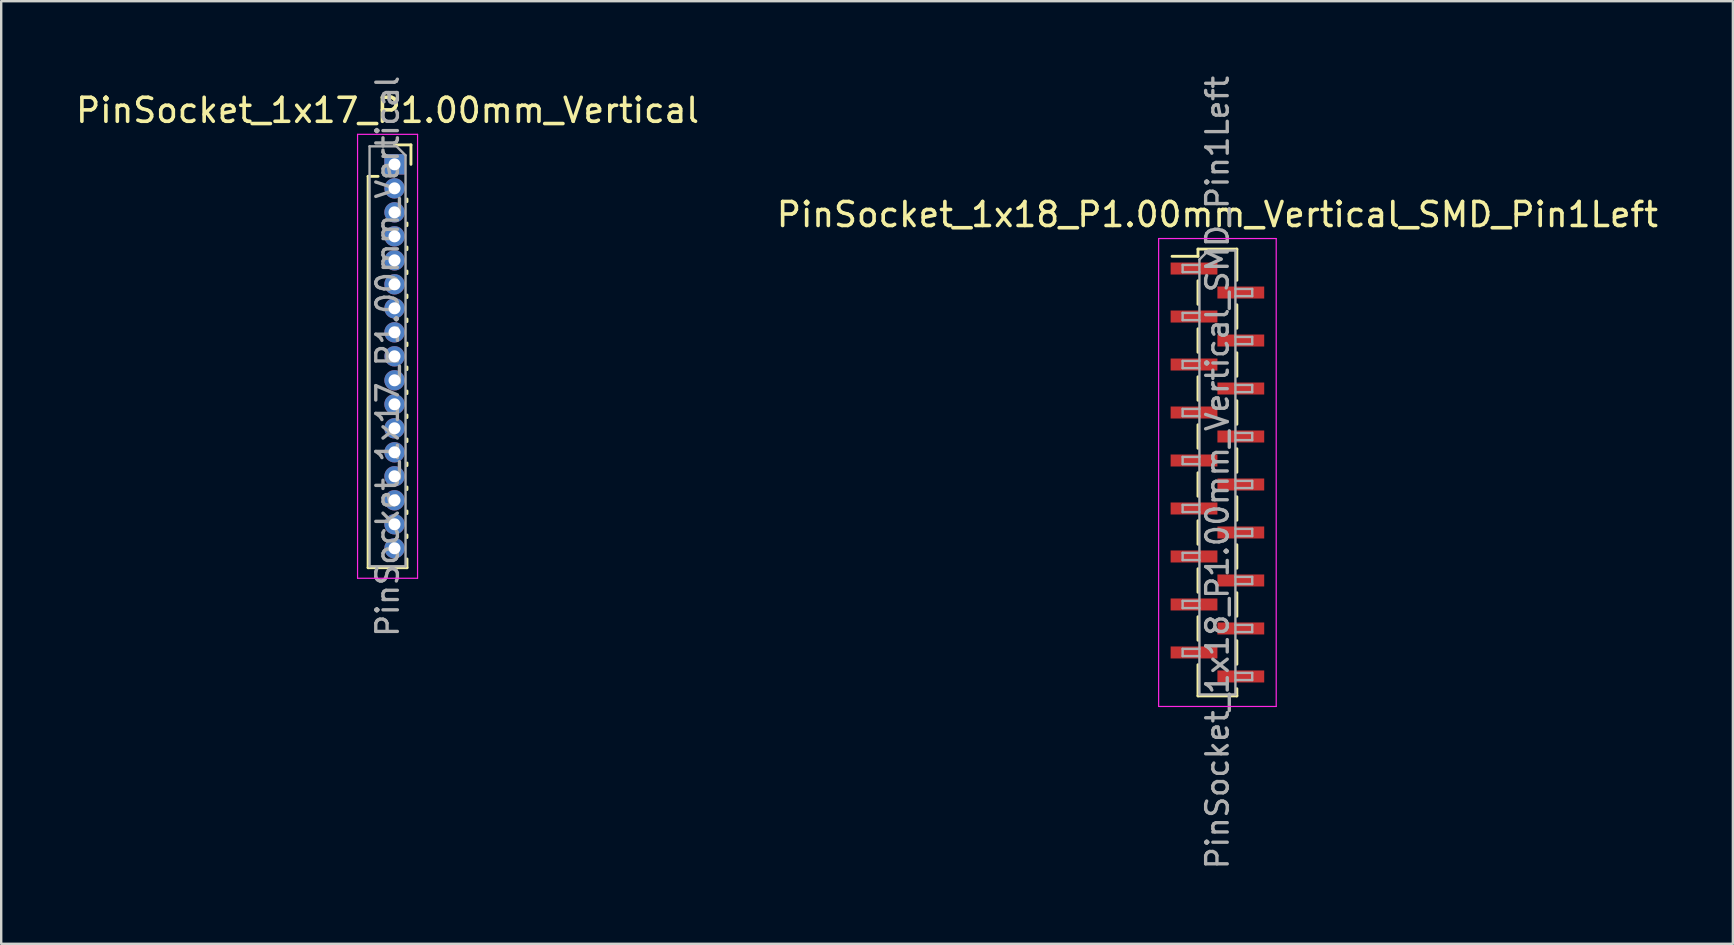
<source format=kicad_pcb>
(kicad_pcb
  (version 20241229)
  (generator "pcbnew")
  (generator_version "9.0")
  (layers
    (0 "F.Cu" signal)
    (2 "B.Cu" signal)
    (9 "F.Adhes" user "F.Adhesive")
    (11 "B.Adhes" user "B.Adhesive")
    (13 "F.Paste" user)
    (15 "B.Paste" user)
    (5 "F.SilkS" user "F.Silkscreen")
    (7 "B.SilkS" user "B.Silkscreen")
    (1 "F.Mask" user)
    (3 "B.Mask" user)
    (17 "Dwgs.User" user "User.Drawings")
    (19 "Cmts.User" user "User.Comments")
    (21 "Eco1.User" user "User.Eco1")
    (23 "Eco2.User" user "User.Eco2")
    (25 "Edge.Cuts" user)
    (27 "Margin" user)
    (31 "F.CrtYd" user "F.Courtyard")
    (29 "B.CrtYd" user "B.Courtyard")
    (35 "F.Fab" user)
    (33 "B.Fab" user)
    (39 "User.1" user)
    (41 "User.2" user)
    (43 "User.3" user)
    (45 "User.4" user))
  (footprint "PinSocket_1x18_P1.00mm_Vertical_SMD_Pin1Left"
    (layer "F.Cu")
    (at 47.685 16.641)
    (property "Reference" "PinSocket_1x18_P1.00mm_Vertical_SMD_Pin1Left" (at 0 -10.75 0) (layer "F.SilkS") (effects (font (size 1 1) (thickness 0.15))))
    (attr smd)
    (fp_line (start -1.89 -9.01) (end -0.81 -9.01) (stroke (width 0.12) (type solid)) (layer "F.SilkS"))
    (fp_line (start -0.81 -9.31) (end -0.81 -9.01) (stroke (width 0.12) (type solid)) (layer "F.SilkS"))
    (fp_line (start -0.81 -9.31) (end 0.81 -9.31) (stroke (width 0.12) (type solid)) (layer "F.SilkS"))
    (fp_line (start -0.81 -7.99) (end -0.81 -7.01) (stroke (width 0.12) (type solid)) (layer "F.SilkS"))
    (fp_line (start -0.81 -5.99) (end -0.81 -5.01) (stroke (width 0.12) (type solid)) (layer "F.SilkS"))
    (fp_line (start -0.81 -3.99) (end -0.81 -3.01) (stroke (width 0.12) (type solid)) (layer "F.SilkS"))
    (fp_line (start -0.81 -1.99) (end -0.81 -1.01) (stroke (width 0.12) (type solid)) (layer "F.SilkS"))
    (fp_line (start -0.81 0.01) (end -0.81 0.99) (stroke (width 0.12) (type solid)) (layer "F.SilkS"))
    (fp_line (start -0.81 2.01) (end -0.81 2.99) (stroke (width 0.12) (type solid)) (layer "F.SilkS"))
    (fp_line (start -0.81 4.01) (end -0.81 4.99) (stroke (width 0.12) (type solid)) (layer "F.SilkS"))
    (fp_line (start -0.81 6.01) (end -0.81 6.99) (stroke (width 0.12) (type solid)) (layer "F.SilkS"))
    (fp_line (start -0.81 8.01) (end -0.81 9.31) (stroke (width 0.12) (type solid)) (layer "F.SilkS"))
    (fp_line (start -0.81 9.31) (end 0.81 9.31) (stroke (width 0.12) (type solid)) (layer "F.SilkS"))
    (fp_line (start 0.81 -9.31) (end 0.81 -8.01) (stroke (width 0.12) (type solid)) (layer "F.SilkS"))
    (fp_line (start 0.81 -6.99) (end 0.81 -6.01) (stroke (width 0.12) (type solid)) (layer "F.SilkS"))
    (fp_line (start 0.81 -4.99) (end 0.81 -4.01) (stroke (width 0.12) (type solid)) (layer "F.SilkS"))
    (fp_line (start 0.81 -2.99) (end 0.81 -2.01) (stroke (width 0.12) (type solid)) (layer "F.SilkS"))
    (fp_line (start 0.81 -0.99) (end 0.81 -0.01) (stroke (width 0.12) (type solid)) (layer "F.SilkS"))
    (fp_line (start 0.81 1.01) (end 0.81 1.99) (stroke (width 0.12) (type solid)) (layer "F.SilkS"))
    (fp_line (start 0.81 3.01) (end 0.81 3.99) (stroke (width 0.12) (type solid)) (layer "F.SilkS"))
    (fp_line (start 0.81 5.01) (end 0.81 5.99) (stroke (width 0.12) (type solid)) (layer "F.SilkS"))
    (fp_line (start 0.81 7.01) (end 0.81 7.99) (stroke (width 0.12) (type solid)) (layer "F.SilkS"))
    (fp_line (start 0.81 9.01) (end 0.81 9.31) (stroke (width 0.12) (type solid)) (layer "F.SilkS"))
    (fp_line (start -2.45 -9.75) (end 2.45 -9.75) (stroke (width 0.05) (type solid)) (layer "F.CrtYd"))
    (fp_line (start -2.45 9.75) (end -2.45 -9.75) (stroke (width 0.05) (type solid)) (layer "F.CrtYd"))
    (fp_line (start 2.45 -9.75) (end 2.45 9.75) (stroke (width 0.05) (type solid)) (layer "F.CrtYd"))
    (fp_line (start 2.45 9.75) (end -2.45 9.75) (stroke (width 0.05) (type solid)) (layer "F.CrtYd"))
    (fp_line (start -1.45 -8.65) (end -0.75 -8.65) (stroke (width 0.1) (type solid)) (layer "F.Fab"))
    (fp_line (start -1.45 -8.35) (end -1.45 -8.65) (stroke (width 0.1) (type solid)) (layer "F.Fab"))
    (fp_line (start -1.45 -6.65) (end -0.75 -6.65) (stroke (width 0.1) (type solid)) (layer "F.Fab"))
    (fp_line (start -1.45 -6.35) (end -1.45 -6.65) (stroke (width 0.1) (type solid)) (layer "F.Fab"))
    (fp_line (start -1.45 -4.65) (end -0.75 -4.65) (stroke (width 0.1) (type solid)) (layer "F.Fab"))
    (fp_line (start -1.45 -4.35) (end -1.45 -4.65) (stroke (width 0.1) (type solid)) (layer "F.Fab"))
    (fp_line (start -1.45 -2.65) (end -0.75 -2.65) (stroke (width 0.1) (type solid)) (layer "F.Fab"))
    (fp_line (start -1.45 -2.35) (end -1.45 -2.65) (stroke (width 0.1) (type solid)) (layer "F.Fab"))
    (fp_line (start -1.45 -0.65) (end -0.75 -0.65) (stroke (width 0.1) (type solid)) (layer "F.Fab"))
    (fp_line (start -1.45 -0.35) (end -1.45 -0.65) (stroke (width 0.1) (type solid)) (layer "F.Fab"))
    (fp_line (start -1.45 1.35) (end -0.75 1.35) (stroke (width 0.1) (type solid)) (layer "F.Fab"))
    (fp_line (start -1.45 1.65) (end -1.45 1.35) (stroke (width 0.1) (type solid)) (layer "F.Fab"))
    (fp_line (start -1.45 3.35) (end -0.75 3.35) (stroke (width 0.1) (type solid)) (layer "F.Fab"))
    (fp_line (start -1.45 3.65) (end -1.45 3.35) (stroke (width 0.1) (type solid)) (layer "F.Fab"))
    (fp_line (start -1.45 5.35) (end -0.75 5.35) (stroke (width 0.1) (type solid)) (layer "F.Fab"))
    (fp_line (start -1.45 5.65) (end -1.45 5.35) (stroke (width 0.1) (type solid)) (layer "F.Fab"))
    (fp_line (start -1.45 7.35) (end -0.75 7.35) (stroke (width 0.1) (type solid)) (layer "F.Fab"))
    (fp_line (start -1.45 7.65) (end -1.45 7.35) (stroke (width 0.1) (type solid)) (layer "F.Fab"))
    (fp_line (start -0.75 -8.875) (end -0.375 -9.25) (stroke (width 0.1) (type solid)) (layer "F.Fab"))
    (fp_line (start -0.75 -8.35) (end -1.45 -8.35) (stroke (width 0.1) (type solid)) (layer "F.Fab"))
    (fp_line (start -0.75 -6.35) (end -1.45 -6.35) (stroke (width 0.1) (type solid)) (layer "F.Fab"))
    (fp_line (start -0.75 -4.35) (end -1.45 -4.35) (stroke (width 0.1) (type solid)) (layer "F.Fab"))
    (fp_line (start -0.75 -2.35) (end -1.45 -2.35) (stroke (width 0.1) (type solid)) (layer "F.Fab"))
    (fp_line (start -0.75 -0.35) (end -1.45 -0.35) (stroke (width 0.1) (type solid)) (layer "F.Fab"))
    (fp_line (start -0.75 1.65) (end -1.45 1.65) (stroke (width 0.1) (type solid)) (layer "F.Fab"))
    (fp_line (start -0.75 3.65) (end -1.45 3.65) (stroke (width 0.1) (type solid)) (layer "F.Fab"))
    (fp_line (start -0.75 5.65) (end -1.45 5.65) (stroke (width 0.1) (type solid)) (layer "F.Fab"))
    (fp_line (start -0.75 7.65) (end -1.45 7.65) (stroke (width 0.1) (type solid)) (layer "F.Fab"))
    (fp_line (start -0.75 9.25) (end -0.75 -8.875) (stroke (width 0.1) (type solid)) (layer "F.Fab"))
    (fp_line (start -0.375 -9.25) (end 0.75 -9.25) (stroke (width 0.1) (type solid)) (layer "F.Fab"))
    (fp_line (start 0.75 -9.25) (end 0.75 9.25) (stroke (width 0.1) (type solid)) (layer "F.Fab"))
    (fp_line (start 0.75 -7.65) (end 1.45 -7.65) (stroke (width 0.1) (type solid)) (layer "F.Fab"))
    (fp_line (start 0.75 -5.65) (end 1.45 -5.65) (stroke (width 0.1) (type solid)) (layer "F.Fab"))
    (fp_line (start 0.75 -3.65) (end 1.45 -3.65) (stroke (width 0.1) (type solid)) (layer "F.Fab"))
    (fp_line (start 0.75 -1.65) (end 1.45 -1.65) (stroke (width 0.1) (type solid)) (layer "F.Fab"))
    (fp_line (start 0.75 0.35) (end 1.45 0.35) (stroke (width 0.1) (type solid)) (layer "F.Fab"))
    (fp_line (start 0.75 2.35) (end 1.45 2.35) (stroke (width 0.1) (type solid)) (layer "F.Fab"))
    (fp_line (start 0.75 4.35) (end 1.45 4.35) (stroke (width 0.1) (type solid)) (layer "F.Fab"))
    (fp_line (start 0.75 6.35) (end 1.45 6.35) (stroke (width 0.1) (type solid)) (layer "F.Fab"))
    (fp_line (start 0.75 8.35) (end 1.45 8.35) (stroke (width 0.1) (type solid)) (layer "F.Fab"))
    (fp_line (start 0.75 9.25) (end -0.75 9.25) (stroke (width 0.1) (type solid)) (layer "F.Fab"))
    (fp_line (start 1.45 -7.65) (end 1.45 -7.35) (stroke (width 0.1) (type solid)) (layer "F.Fab"))
    (fp_line (start 1.45 -7.35) (end 0.75 -7.35) (stroke (width 0.1) (type solid)) (layer "F.Fab"))
    (fp_line (start 1.45 -5.65) (end 1.45 -5.35) (stroke (width 0.1) (type solid)) (layer "F.Fab"))
    (fp_line (start 1.45 -5.35) (end 0.75 -5.35) (stroke (width 0.1) (type solid)) (layer "F.Fab"))
    (fp_line (start 1.45 -3.65) (end 1.45 -3.35) (stroke (width 0.1) (type solid)) (layer "F.Fab"))
    (fp_line (start 1.45 -3.35) (end 0.75 -3.35) (stroke (width 0.1) (type solid)) (layer "F.Fab"))
    (fp_line (start 1.45 -1.65) (end 1.45 -1.35) (stroke (width 0.1) (type solid)) (layer "F.Fab"))
    (fp_line (start 1.45 -1.35) (end 0.75 -1.35) (stroke (width 0.1) (type solid)) (layer "F.Fab"))
    (fp_line (start 1.45 0.35) (end 1.45 0.65) (stroke (width 0.1) (type solid)) (layer "F.Fab"))
    (fp_line (start 1.45 0.65) (end 0.75 0.65) (stroke (width 0.1) (type solid)) (layer "F.Fab"))
    (fp_line (start 1.45 2.35) (end 1.45 2.65) (stroke (width 0.1) (type solid)) (layer "F.Fab"))
    (fp_line (start 1.45 2.65) (end 0.75 2.65) (stroke (width 0.1) (type solid)) (layer "F.Fab"))
    (fp_line (start 1.45 4.35) (end 1.45 4.65) (stroke (width 0.1) (type solid)) (layer "F.Fab"))
    (fp_line (start 1.45 4.65) (end 0.75 4.65) (stroke (width 0.1) (type solid)) (layer "F.Fab"))
    (fp_line (start 1.45 6.35) (end 1.45 6.65) (stroke (width 0.1) (type solid)) (layer "F.Fab"))
    (fp_line (start 1.45 6.65) (end 0.75 6.65) (stroke (width 0.1) (type solid)) (layer "F.Fab"))
    (fp_line (start 1.45 8.35) (end 1.45 8.65) (stroke (width 0.1) (type solid)) (layer "F.Fab"))
    (fp_line (start 1.45 8.65) (end 0.75 8.65) (stroke (width 0.1) (type solid)) (layer "F.Fab"))
    (fp_text user "${REFERENCE}" (at 0 0 90) (layer "F.Fab") (effects (font (size 0.9 0.9) (thickness 0.14))))
    (pad "1" smd rect (at -0.975 -8.5) (size 1.95 0.5) (layers "F.Cu" "F.Mask" "F.Paste"))
    (pad "2" smd rect (at 0.975 -7.5) (size 1.95 0.5) (layers "F.Cu" "F.Mask" "F.Paste"))
    (pad "3" smd rect (at -0.975 -6.5) (size 1.95 0.5) (layers "F.Cu" "F.Mask" "F.Paste"))
    (pad "4" smd rect (at 0.975 -5.5) (size 1.95 0.5) (layers "F.Cu" "F.Mask" "F.Paste"))
    (pad "5" smd rect (at -0.975 -4.5) (size 1.95 0.5) (layers "F.Cu" "F.Mask" "F.Paste"))
    (pad "6" smd rect (at 0.975 -3.5) (size 1.95 0.5) (layers "F.Cu" "F.Mask" "F.Paste"))
    (pad "7" smd rect (at -0.975 -2.5) (size 1.95 0.5) (layers "F.Cu" "F.Mask" "F.Paste"))
    (pad "8" smd rect (at 0.975 -1.5) (size 1.95 0.5) (layers "F.Cu" "F.Mask" "F.Paste"))
    (pad "9" smd rect (at -0.975 -0.5) (size 1.95 0.5) (layers "F.Cu" "F.Mask" "F.Paste"))
    (pad "10" smd rect (at 0.975 0.5) (size 1.95 0.5) (layers "F.Cu" "F.Mask" "F.Paste"))
    (pad "11" smd rect (at -0.975 1.5) (size 1.95 0.5) (layers "F.Cu" "F.Mask" "F.Paste"))
    (pad "12" smd rect (at 0.975 2.5) (size 1.95 0.5) (layers "F.Cu" "F.Mask" "F.Paste"))
    (pad "13" smd rect (at -0.975 3.5) (size 1.95 0.5) (layers "F.Cu" "F.Mask" "F.Paste"))
    (pad "14" smd rect (at 0.975 4.5) (size 1.95 0.5) (layers "F.Cu" "F.Mask" "F.Paste"))
    (pad "15" smd rect (at -0.975 5.5) (size 1.95 0.5) (layers "F.Cu" "F.Mask" "F.Paste"))
    (pad "16" smd rect (at 0.975 6.5) (size 1.95 0.5) (layers "F.Cu" "F.Mask" "F.Paste"))
    (pad "17" smd rect (at -0.975 7.5) (size 1.95 0.5) (layers "F.Cu" "F.Mask" "F.Paste"))
    (pad "18" smd rect (at 0.975 8.5) (size 1.95 0.5) (layers "F.Cu" "F.Mask" "F.Paste")))
  (footprint "PinSocket_1x17_P1.00mm_Vertical"
    (layer "F.Cu")
    (at 13.391 3.799)
    (property "Reference" "PinSocket_1x17_P1.00mm_Vertical" (at -0.29 -2.25 0) (layer "F.SilkS") (effects (font (size 1 1) (thickness 0.15))))
    (attr through_hole)
    (fp_line (start -1.1 0.5) (end -1.1 16.81) (stroke (width 0.12) (type solid)) (layer "F.SilkS"))
    (fp_line (start -1.1 0.5) (end -0.685 0.5) (stroke (width 0.12) (type solid)) (layer "F.SilkS"))
    (fp_line (start -1.1 16.81) (end 0.52 16.81) (stroke (width 0.12) (type solid)) (layer "F.SilkS"))
    (fp_line (start 0 -0.81) (end 0.685 -0.81) (stroke (width 0.12) (type solid)) (layer "F.SilkS"))
    (fp_line (start 0.52 1.446) (end 0.52 1.554) (stroke (width 0.12) (type solid)) (layer "F.SilkS"))
    (fp_line (start 0.52 2.446) (end 0.52 2.554) (stroke (width 0.12) (type solid)) (layer "F.SilkS"))
    (fp_line (start 0.52 3.446) (end 0.52 3.554) (stroke (width 0.12) (type solid)) (layer "F.SilkS"))
    (fp_line (start 0.52 4.446) (end 0.52 4.554) (stroke (width 0.12) (type solid)) (layer "F.SilkS"))
    (fp_line (start 0.52 5.446) (end 0.52 5.554) (stroke (width 0.12) (type solid)) (layer "F.SilkS"))
    (fp_line (start 0.52 6.446) (end 0.52 6.554) (stroke (width 0.12) (type solid)) (layer "F.SilkS"))
    (fp_line (start 0.52 7.446) (end 0.52 7.554) (stroke (width 0.12) (type solid)) (layer "F.SilkS"))
    (fp_line (start 0.52 8.446) (end 0.52 8.554) (stroke (width 0.12) (type solid)) (layer "F.SilkS"))
    (fp_line (start 0.52 9.446) (end 0.52 9.554) (stroke (width 0.12) (type solid)) (layer "F.SilkS"))
    (fp_line (start 0.52 10.446) (end 0.52 10.554) (stroke (width 0.12) (type solid)) (layer "F.SilkS"))
    (fp_line (start 0.52 11.446) (end 0.52 11.554) (stroke (width 0.12) (type solid)) (layer "F.SilkS"))
    (fp_line (start 0.52 12.446) (end 0.52 12.554) (stroke (width 0.12) (type solid)) (layer "F.SilkS"))
    (fp_line (start 0.52 13.446) (end 0.52 13.554) (stroke (width 0.12) (type solid)) (layer "F.SilkS"))
    (fp_line (start 0.52 14.446) (end 0.52 14.554) (stroke (width 0.12) (type solid)) (layer "F.SilkS"))
    (fp_line (start 0.52 15.446) (end 0.52 15.554) (stroke (width 0.12) (type solid)) (layer "F.SilkS"))
    (fp_line (start 0.52 16.446) (end 0.52 16.81) (stroke (width 0.12) (type solid)) (layer "F.SilkS"))
    (fp_line (start 0.685 -0.81) (end 0.685 0) (stroke (width 0.12) (type solid)) (layer "F.SilkS"))
    (fp_line (start -1.54 -1.25) (end 0.96 -1.25) (stroke (width 0.05) (type solid)) (layer "F.CrtYd"))
    (fp_line (start -1.54 17.25) (end -1.54 -1.25) (stroke (width 0.05) (type solid)) (layer "F.CrtYd"))
    (fp_line (start 0.96 -1.25) (end 0.96 17.25) (stroke (width 0.05) (type solid)) (layer "F.CrtYd"))
    (fp_line (start 0.96 17.25) (end -1.54 17.25) (stroke (width 0.05) (type solid)) (layer "F.CrtYd"))
    (fp_line (start -1.04 -0.75) (end 0.085 -0.75) (stroke (width 0.1) (type solid)) (layer "F.Fab"))
    (fp_line (start -1.04 16.75) (end -1.04 -0.75) (stroke (width 0.1) (type solid)) (layer "F.Fab"))
    (fp_line (start 0.085 -0.75) (end 0.46 -0.375) (stroke (width 0.1) (type solid)) (layer "F.Fab"))
    (fp_line (start 0.46 -0.375) (end 0.46 16.75) (stroke (width 0.1) (type solid)) (layer "F.Fab"))
    (fp_line (start 0.46 16.75) (end -1.04 16.75) (stroke (width 0.1) (type solid)) (layer "F.Fab"))
    (fp_text user "${REFERENCE}" (at -0.29 8 90) (layer "F.Fab") (effects (font (size 0.9 0.9) (thickness 0.14))))
    (pad "1" thru_hole rect (at 0 0) (size 0.85 0.85) (drill 0.5) (layers "*.Cu" "*.Mask"))
    (pad "2" thru_hole circle (at 0 1) (size 0.85 0.85) (drill 0.5) (layers "*.Cu" "*.Mask"))
    (pad "3" thru_hole circle (at 0 2) (size 0.85 0.85) (drill 0.5) (layers "*.Cu" "*.Mask"))
    (pad "4" thru_hole circle (at 0 3) (size 0.85 0.85) (drill 0.5) (layers "*.Cu" "*.Mask"))
    (pad "5" thru_hole circle (at 0 4) (size 0.85 0.85) (drill 0.5) (layers "*.Cu" "*.Mask"))
    (pad "6" thru_hole circle (at 0 5) (size 0.85 0.85) (drill 0.5) (layers "*.Cu" "*.Mask"))
    (pad "7" thru_hole circle (at 0 6) (size 0.85 0.85) (drill 0.5) (layers "*.Cu" "*.Mask"))
    (pad "8" thru_hole circle (at 0 7) (size 0.85 0.85) (drill 0.5) (layers "*.Cu" "*.Mask"))
    (pad "9" thru_hole circle (at 0 8) (size 0.85 0.85) (drill 0.5) (layers "*.Cu" "*.Mask"))
    (pad "10" thru_hole circle (at 0 9) (size 0.85 0.85) (drill 0.5) (layers "*.Cu" "*.Mask"))
    (pad "11" thru_hole circle (at 0 10) (size 0.85 0.85) (drill 0.5) (layers "*.Cu" "*.Mask"))
    (pad "12" thru_hole circle (at 0 11) (size 0.85 0.85) (drill 0.5) (layers "*.Cu" "*.Mask"))
    (pad "13" thru_hole circle (at 0 12) (size 0.85 0.85) (drill 0.5) (layers "*.Cu" "*.Mask"))
    (pad "14" thru_hole circle (at 0 13) (size 0.85 0.85) (drill 0.5) (layers "*.Cu" "*.Mask"))
    (pad "15" thru_hole circle (at 0 14) (size 0.85 0.85) (drill 0.5) (layers "*.Cu" "*.Mask"))
    (pad "16" thru_hole circle (at 0 15) (size 0.85 0.85) (drill 0.5) (layers "*.Cu" "*.Mask"))
    (pad "17" thru_hole circle (at 0 16) (size 0.85 0.85) (drill 0.5) (layers "*.Cu" "*.Mask")))
  (gr_rect
    (start -3 -3)
    (end 69.167 36.283)
    (stroke (width 0.1) (type default))
    (fill no)
    (layer "Edge.Cuts")))
</source>
